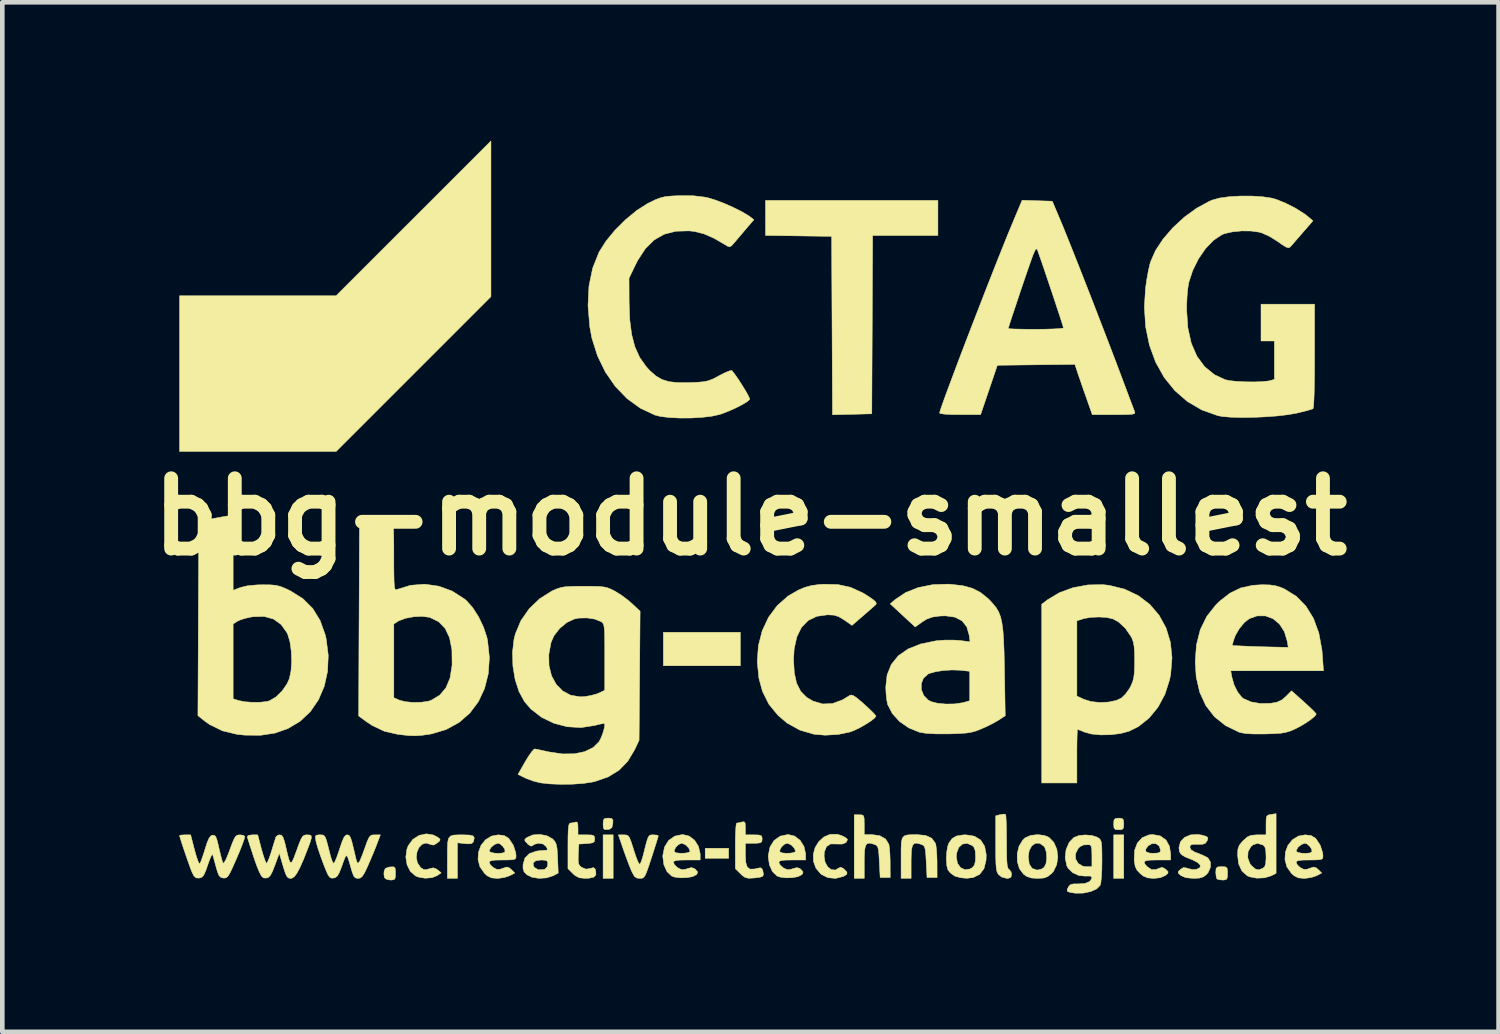
<source format=kicad_pcb>
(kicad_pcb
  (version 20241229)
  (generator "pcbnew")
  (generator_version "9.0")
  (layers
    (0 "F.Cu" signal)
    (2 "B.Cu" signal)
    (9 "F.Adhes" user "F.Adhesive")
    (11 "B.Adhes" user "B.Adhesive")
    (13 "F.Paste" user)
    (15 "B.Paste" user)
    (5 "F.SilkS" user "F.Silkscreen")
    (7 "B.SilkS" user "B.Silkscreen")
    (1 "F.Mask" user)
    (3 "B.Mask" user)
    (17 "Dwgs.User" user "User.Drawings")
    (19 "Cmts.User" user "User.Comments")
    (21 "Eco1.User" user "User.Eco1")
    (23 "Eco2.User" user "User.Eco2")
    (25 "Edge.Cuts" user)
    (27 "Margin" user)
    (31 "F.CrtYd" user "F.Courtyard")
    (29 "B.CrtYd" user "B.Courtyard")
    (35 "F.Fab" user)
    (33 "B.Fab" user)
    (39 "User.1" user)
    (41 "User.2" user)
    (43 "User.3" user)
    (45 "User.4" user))
  (footprint "bbg-module-smallest"
    (layer "F.Cu")
    (at 13.215 8.151)
    (property "Reference" "bbg-module-smallest" (at 0 0 0) (layer "F.SilkS") (effects (font (size 1.524 1.524) (thickness 0.3))))
    (attr through_hole)
    (fp_poly (pts (xy -2.975 7.838) (xy -3.193 7.838) (xy -3.193 6.894) (xy -2.975 6.894) (xy -2.975 7.838)) (stroke (width 0.01) (type solid)) (fill yes) (layer "F.SilkS"))
    (fp_poly (pts (xy -0.472 7.402) (xy -0.98 7.402) (xy -0.98 7.185) (xy -0.472 7.185) (xy -0.472 7.402)) (stroke (width 0.01) (type solid)) (fill yes) (layer "F.SilkS"))
    (fp_poly (pts (xy -0.218 3.229) (xy -1.887 3.229) (xy -1.887 2.504) (xy -0.218 2.504) (xy -0.218 3.229)) (stroke (width 0.01) (type solid)) (fill yes) (layer "F.SilkS"))
    (fp_poly (pts (xy 8.092 7.838) (xy 7.874 7.838) (xy 7.874 6.894) (xy 8.092 6.894) (xy 8.092 7.838)) (stroke (width 0.01) (type solid)) (fill yes) (layer "F.SilkS"))
    (fp_poly (pts (xy -5.624 -4.772) (xy -8.98 -1.415) (xy -12.373 -1.415) (xy -12.373 -4.79) (xy -8.981 -4.79) (xy -5.624 -8.146) (xy -5.624 -4.772)) (stroke (width 0.01) (type solid)) (fill yes) (layer "F.SilkS"))
    (fp_poly (pts (xy 4.064 -6.096) (xy 2.649 -6.096) (xy 2.64 -4.164) (xy 2.631 -2.232) (xy 2.205 -2.221) (xy 1.779 -2.211) (xy 1.76 -6.078) (xy 1.043 -6.088) (xy 0.327 -6.098) (xy 0.327 -6.858) (xy 4.064 -6.858) (xy 4.064 -6.096)) (stroke (width 0.01) (type solid)) (fill yes) (layer "F.SilkS"))
    (fp_poly (pts (xy 8.056 6.539) (xy 8.086 6.574) (xy 8.092 6.658) (xy 8.086 6.744) (xy 8.055 6.779) (xy 7.983 6.785) (xy 7.91 6.778) (xy 7.88 6.742) (xy 7.874 6.658) (xy 7.88 6.573) (xy 7.911 6.538) (xy 7.983 6.531) (xy 8.056 6.539)) (stroke (width 0.01) (type solid)) (fill yes) (layer "F.SilkS"))
    (fp_poly (pts (xy -3.006 6.538) (xy -2.98 6.573) (xy -2.982 6.649) (xy -3.001 6.734) (xy -3.049 6.771) (xy -3.093 6.779) (xy -3.16 6.78) (xy -3.187 6.748) (xy -3.193 6.665) (xy -3.193 6.661) (xy -3.187 6.574) (xy -3.158 6.539) (xy -3.085 6.531) (xy -3.082 6.531) (xy -3.006 6.538)) (stroke (width 0.01) (type solid)) (fill yes) (layer "F.SilkS"))
    (fp_poly (pts (xy -7.702 7.611) (xy -7.693 7.679) (xy -7.693 7.727) (xy -7.697 7.821) (xy -7.719 7.863) (xy -7.776 7.874) (xy -7.803 7.874) (xy -7.888 7.858) (xy -7.932 7.822) (xy -7.944 7.746) (xy -7.94 7.686) (xy -7.914 7.623) (xy -7.843 7.595) (xy -7.811 7.59) (xy -7.735 7.587) (xy -7.702 7.611)) (stroke (width 0.01) (type solid)) (fill yes) (layer "F.SilkS"))
    (fp_poly (pts (xy 10.296 7.588) (xy 10.332 7.615) (xy 10.341 7.686) (xy 10.341 7.729) (xy 10.337 7.822) (xy 10.314 7.863) (xy 10.257 7.874) (xy 10.239 7.874) (xy 10.156 7.866) (xy 10.112 7.85) (xy 10.095 7.8) (xy 10.087 7.712) (xy 10.087 7.705) (xy 10.093 7.624) (xy 10.126 7.59) (xy 10.208 7.584) (xy 10.214 7.584) (xy 10.296 7.588)) (stroke (width 0.01) (type solid)) (fill yes) (layer "F.SilkS"))
    (fp_poly (pts (xy -6.22 6.894) (xy -6.084 6.899) (xy -6.009 6.918) (xy -5.985 6.96) (xy -6.001 7.032) (xy -6.007 7.05) (xy -6.043 7.083) (xy -6.124 7.09) (xy -6.189 7.084) (xy -6.35 7.066) (xy -6.35 7.838) (xy -6.568 7.838) (xy -6.568 7.388) (xy -6.567 7.19) (xy -6.561 7.054) (xy -6.541 6.967) (xy -6.5 6.92) (xy -6.428 6.899) (xy -6.319 6.894) (xy -6.22 6.894)) (stroke (width 0.01) (type solid)) (fill yes) (layer "F.SilkS"))
    (fp_poly (pts (xy 5.531 6.451) (xy 5.538 6.492) (xy 5.544 6.593) (xy 5.549 6.742) (xy 5.551 6.924) (xy 5.552 7.047) (xy 5.553 7.269) (xy 5.556 7.429) (xy 5.564 7.536) (xy 5.576 7.601) (xy 5.593 7.635) (xy 5.606 7.643) (xy 5.648 7.692) (xy 5.661 7.751) (xy 5.647 7.814) (xy 5.592 7.836) (xy 5.557 7.838) (xy 5.45 7.809) (xy 5.385 7.761) (xy 5.359 7.727) (xy 5.341 7.68) (xy 5.328 7.61) (xy 5.321 7.506) (xy 5.317 7.355) (xy 5.316 7.146) (xy 5.316 7.084) (xy 5.316 6.482) (xy 5.413 6.456) (xy 5.491 6.444) (xy 5.531 6.451)) (stroke (width 0.01) (type solid)) (fill yes) (layer "F.SilkS"))
    (fp_poly (pts (xy 3.798 6.907) (xy 3.93 6.968) (xy 4.007 7.072) (xy 4.018 7.103) (xy 4.03 7.186) (xy 4.04 7.316) (xy 4.045 7.47) (xy 4.045 7.511) (xy 4.046 7.82) (xy 3.828 7.82) (xy 3.81 7.476) (xy 3.801 7.315) (xy 3.79 7.213) (xy 3.773 7.153) (xy 3.746 7.12) (xy 3.703 7.101) (xy 3.696 7.098) (xy 3.608 7.074) (xy 3.548 7.081) (xy 3.511 7.129) (xy 3.491 7.227) (xy 3.484 7.383) (xy 3.483 7.474) (xy 3.483 7.838) (xy 3.266 7.838) (xy 3.266 7.387) (xy 3.266 7.189) (xy 3.272 7.053) (xy 3.292 6.966) (xy 3.333 6.918) (xy 3.404 6.896) (xy 3.512 6.89) (xy 3.608 6.889) (xy 3.798 6.907)) (stroke (width 0.01) (type solid)) (fill yes) (layer "F.SilkS"))
    (fp_poly (pts (xy 2.419 6.462) (xy 2.452 6.482) (xy 2.465 6.537) (xy 2.467 6.644) (xy 2.467 6.674) (xy 2.467 6.888) (xy 2.632 6.888) (xy 2.804 6.913) (xy 2.929 6.983) (xy 2.999 7.095) (xy 3.002 7.103) (xy 3.014 7.186) (xy 3.024 7.316) (xy 3.029 7.47) (xy 3.029 7.511) (xy 3.03 7.82) (xy 2.812 7.82) (xy 2.794 7.476) (xy 2.785 7.315) (xy 2.774 7.213) (xy 2.757 7.153) (xy 2.73 7.12) (xy 2.687 7.101) (xy 2.68 7.098) (xy 2.592 7.074) (xy 2.532 7.081) (xy 2.495 7.129) (xy 2.475 7.227) (xy 2.468 7.383) (xy 2.467 7.474) (xy 2.467 7.838) (xy 2.25 7.838) (xy 2.25 6.459) (xy 2.359 6.459) (xy 2.419 6.462)) (stroke (width 0.01) (type solid)) (fill yes) (layer "F.SilkS"))
    (fp_poly (pts (xy -6.869 6.898) (xy -6.771 6.95) (xy -6.727 6.989) (xy -6.733 7.022) (xy -6.788 7.07) (xy -6.865 7.116) (xy -6.929 7.105) (xy -6.933 7.102) (xy -7.031 7.072) (xy -7.117 7.099) (xy -7.185 7.17) (xy -7.228 7.27) (xy -7.241 7.384) (xy -7.218 7.499) (xy -7.152 7.598) (xy -7.143 7.606) (xy -7.078 7.648) (xy -7.006 7.644) (xy -6.965 7.63) (xy -6.876 7.609) (xy -6.808 7.633) (xy -6.78 7.653) (xy -6.702 7.717) (xy -6.788 7.777) (xy -6.903 7.823) (xy -7.05 7.834) (xy -7.195 7.81) (xy -7.261 7.783) (xy -7.372 7.685) (xy -7.442 7.543) (xy -7.469 7.376) (xy -7.446 7.205) (xy -7.417 7.129) (xy -7.318 6.993) (xy -7.181 6.906) (xy -7.026 6.872) (xy -6.869 6.898)) (stroke (width 0.01) (type solid)) (fill yes) (layer "F.SilkS"))
    (fp_poly (pts (xy 1.976 6.91) (xy 2.059 6.952) (xy 2.102 6.99) (xy 2.105 6.997) (xy 2.073 7.06) (xy 1.99 7.094) (xy 1.874 7.093) (xy 1.87 7.092) (xy 1.737 7.091) (xy 1.649 7.148) (xy 1.603 7.264) (xy 1.597 7.353) (xy 1.618 7.485) (xy 1.674 7.587) (xy 1.752 7.647) (xy 1.84 7.657) (xy 1.915 7.614) (xy 1.961 7.594) (xy 2.022 7.63) (xy 2.031 7.637) (xy 2.092 7.703) (xy 2.091 7.748) (xy 2.024 7.79) (xy 2.012 7.796) (xy 1.846 7.838) (xy 1.679 7.822) (xy 1.535 7.751) (xy 1.527 7.744) (xy 1.419 7.615) (xy 1.366 7.468) (xy 1.363 7.315) (xy 1.403 7.169) (xy 1.481 7.041) (xy 1.59 6.942) (xy 1.723 6.884) (xy 1.875 6.88) (xy 1.976 6.91)) (stroke (width 0.01) (type solid)) (fill yes) (layer "F.SilkS"))
    (fp_poly (pts (xy -3.741 6.662) (xy -3.737 6.745) (xy -3.737 6.894) (xy -3.556 6.894) (xy -3.448 6.897) (xy -3.395 6.912) (xy -3.376 6.949) (xy -3.375 6.983) (xy -3.382 7.037) (xy -3.417 7.066) (xy -3.499 7.079) (xy -3.547 7.083) (xy -3.719 7.094) (xy -3.73 7.319) (xy -3.733 7.446) (xy -3.724 7.522) (xy -3.695 7.569) (xy -3.653 7.601) (xy -3.561 7.638) (xy -3.471 7.622) (xy -3.4 7.604) (xy -3.366 7.633) (xy -3.352 7.679) (xy -3.349 7.761) (xy -3.395 7.811) (xy -3.499 7.834) (xy -3.586 7.837) (xy -3.708 7.825) (xy -3.801 7.776) (xy -3.849 7.732) (xy -3.955 7.626) (xy -3.955 7.133) (xy -3.954 6.93) (xy -3.949 6.789) (xy -3.94 6.701) (xy -3.926 6.654) (xy -3.905 6.64) (xy -3.904 6.64) (xy -3.824 6.628) (xy -3.795 6.618) (xy -3.758 6.617) (xy -3.741 6.662)) (stroke (width 0.01) (type solid)) (fill yes) (layer "F.SilkS"))
    (fp_poly (pts (xy -0.115 6.638) (xy -0.109 6.716) (xy -0.109 6.745) (xy -0.109 6.894) (xy 0.073 6.894) (xy 0.18 6.897) (xy 0.234 6.912) (xy 0.252 6.949) (xy 0.254 6.985) (xy 0.248 7.039) (xy 0.218 7.066) (xy 0.145 7.075) (xy 0.073 7.076) (xy -0.109 7.076) (xy -0.109 7.328) (xy -0.1 7.492) (xy -0.069 7.592) (xy -0.009 7.637) (xy 0.086 7.635) (xy 0.137 7.622) (xy 0.216 7.607) (xy 0.253 7.63) (xy 0.271 7.682) (xy 0.283 7.751) (xy 0.267 7.791) (xy 0.208 7.813) (xy 0.092 7.828) (xy 0.075 7.829) (xy -0.04 7.835) (xy -0.115 7.818) (xy -0.184 7.768) (xy -0.216 7.736) (xy -0.327 7.626) (xy -0.327 7.133) (xy -0.325 6.953) (xy -0.32 6.803) (xy -0.312 6.695) (xy -0.302 6.643) (xy -0.299 6.64) (xy -0.246 6.631) (xy -0.191 6.617) (xy -0.139 6.61) (xy -0.115 6.638)) (stroke (width 0.01) (type solid)) (fill yes) (layer "F.SilkS"))
    (fp_poly (pts (xy 4.855 6.923) (xy 4.99 7.006) (xy 5.076 7.14) (xy 5.111 7.323) (xy 5.107 7.446) (xy 5.063 7.625) (xy 4.97 7.75) (xy 4.829 7.82) (xy 4.689 7.836) (xy 4.562 7.824) (xy 4.448 7.794) (xy 4.419 7.781) (xy 4.335 7.72) (xy 4.283 7.658) (xy 4.256 7.561) (xy 4.247 7.423) (xy 4.249 7.374) (xy 4.463 7.374) (xy 4.488 7.51) (xy 4.555 7.605) (xy 4.649 7.649) (xy 4.757 7.635) (xy 4.81 7.605) (xy 4.855 7.551) (xy 4.877 7.463) (xy 4.88 7.366) (xy 4.873 7.24) (xy 4.845 7.163) (xy 4.81 7.127) (xy 4.697 7.078) (xy 4.596 7.094) (xy 4.516 7.167) (xy 4.47 7.289) (xy 4.463 7.374) (xy 4.249 7.374) (xy 4.254 7.272) (xy 4.277 7.139) (xy 4.3 7.075) (xy 4.371 6.975) (xy 4.467 6.919) (xy 4.606 6.896) (xy 4.674 6.894) (xy 4.855 6.923)) (stroke (width 0.01) (type solid)) (fill yes) (layer "F.SilkS"))
    (fp_poly (pts (xy 6.375 6.908) (xy 6.471 6.948) (xy 6.577 7.058) (xy 6.642 7.207) (xy 6.663 7.376) (xy 6.638 7.542) (xy 6.568 7.687) (xy 6.524 7.735) (xy 6.443 7.799) (xy 6.356 7.83) (xy 6.232 7.838) (xy 6.222 7.838) (xy 6.087 7.829) (xy 5.99 7.796) (xy 5.919 7.745) (xy 5.83 7.627) (xy 5.785 7.472) (xy 5.784 7.369) (xy 6.023 7.369) (xy 6.043 7.524) (xy 6.103 7.619) (xy 6.204 7.656) (xy 6.223 7.656) (xy 6.316 7.633) (xy 6.366 7.599) (xy 6.407 7.517) (xy 6.423 7.397) (xy 6.414 7.27) (xy 6.38 7.167) (xy 6.363 7.142) (xy 6.27 7.078) (xy 6.177 7.078) (xy 6.098 7.133) (xy 6.042 7.236) (xy 6.023 7.369) (xy 5.784 7.369) (xy 5.783 7.303) (xy 5.822 7.141) (xy 5.903 7.006) (xy 5.954 6.958) (xy 6.075 6.906) (xy 6.226 6.889) (xy 6.375 6.908)) (stroke (width 0.01) (type solid)) (fill yes) (layer "F.SilkS"))
    (fp_poly (pts (xy -2.103 6.894) (xy -2.027 6.9) (xy -1.996 6.914) (xy -1.996 6.914) (xy -2.006 6.954) (xy -2.035 7.049) (xy -2.079 7.187) (xy -2.132 7.353) (xy -2.143 7.386) (xy -2.203 7.569) (xy -2.248 7.695) (xy -2.282 7.774) (xy -2.313 7.816) (xy -2.347 7.834) (xy -2.39 7.838) (xy -2.398 7.838) (xy -2.467 7.829) (xy -2.516 7.791) (xy -2.563 7.707) (xy -2.582 7.665) (xy -2.63 7.547) (xy -2.689 7.39) (xy -2.749 7.225) (xy -2.759 7.194) (xy -2.862 6.894) (xy -2.746 6.894) (xy -2.691 6.897) (xy -2.652 6.913) (xy -2.62 6.957) (xy -2.587 7.04) (xy -2.543 7.176) (xy -2.529 7.222) (xy -2.483 7.362) (xy -2.442 7.467) (xy -2.41 7.525) (xy -2.398 7.531) (xy -2.372 7.488) (xy -2.341 7.398) (xy -2.325 7.339) (xy -2.279 7.156) (xy -2.246 7.031) (xy -2.219 6.954) (xy -2.193 6.913) (xy -2.163 6.897) (xy -2.122 6.894) (xy -2.103 6.894)) (stroke (width 0.01) (type solid)) (fill yes) (layer "F.SilkS"))
    (fp_poly (pts (xy 11.394 7.727) (xy 11.287 7.782) (xy 11.144 7.825) (xy 10.978 7.833) (xy 10.822 7.804) (xy 10.768 7.781) (xy 10.652 7.677) (xy 10.581 7.521) (xy 10.566 7.387) (xy 10.779 7.387) (xy 10.824 7.513) (xy 10.866 7.567) (xy 10.949 7.637) (xy 11.02 7.652) (xy 11.106 7.619) (xy 11.106 7.619) (xy 11.147 7.583) (xy 11.168 7.519) (xy 11.176 7.408) (xy 11.176 7.366) (xy 11.171 7.238) (xy 11.154 7.163) (xy 11.119 7.121) (xy 11.106 7.113) (xy 10.992 7.078) (xy 10.894 7.11) (xy 10.849 7.148) (xy 10.787 7.257) (xy 10.779 7.387) (xy 10.566 7.387) (xy 10.559 7.328) (xy 10.566 7.206) (xy 10.595 7.122) (xy 10.66 7.041) (xy 10.683 7.018) (xy 10.769 6.941) (xy 10.85 6.905) (xy 10.961 6.895) (xy 10.991 6.894) (xy 11.176 6.894) (xy 11.176 6.681) (xy 11.178 6.561) (xy 11.189 6.496) (xy 11.219 6.466) (xy 11.276 6.452) (xy 11.285 6.451) (xy 11.394 6.435) (xy 11.394 7.727)) (stroke (width 0.01) (type solid)) (fill yes) (layer "F.SilkS"))
    (fp_poly (pts (xy 8.885 6.918) (xy 9.008 7.006) (xy 9.084 7.144) (xy 9.108 7.31) (xy 9.108 7.439) (xy 8.817 7.439) (xy 8.659 7.442) (xy 8.567 7.456) (xy 8.534 7.485) (xy 8.554 7.533) (xy 8.6 7.584) (xy 8.695 7.647) (xy 8.798 7.644) (xy 8.859 7.617) (xy 8.929 7.599) (xy 8.997 7.637) (xy 9.005 7.643) (xy 9.053 7.693) (xy 9.049 7.728) (xy 8.998 7.773) (xy 8.884 7.823) (xy 8.741 7.838) (xy 8.613 7.827) (xy 8.517 7.788) (xy 8.45 7.735) (xy 8.378 7.659) (xy 8.339 7.576) (xy 8.32 7.454) (xy 8.318 7.432) (xy 8.327 7.232) (xy 8.335 7.21) (xy 8.564 7.21) (xy 8.576 7.263) (xy 8.656 7.29) (xy 8.727 7.293) (xy 8.83 7.288) (xy 8.879 7.267) (xy 8.89 7.228) (xy 8.861 7.136) (xy 8.791 7.086) (xy 8.701 7.085) (xy 8.62 7.133) (xy 8.564 7.21) (xy 8.335 7.21) (xy 8.387 7.07) (xy 8.493 6.955) (xy 8.638 6.895) (xy 8.721 6.887) (xy 8.885 6.918)) (stroke (width 0.01) (type solid)) (fill yes) (layer "F.SilkS"))
    (fp_poly (pts (xy 9.792 6.901) (xy 9.882 6.928) (xy 9.916 6.957) (xy 9.907 7.004) (xy 9.899 7.022) (xy 9.864 7.074) (xy 9.806 7.097) (xy 9.702 7.1) (xy 9.693 7.099) (xy 9.589 7.1) (xy 9.539 7.117) (xy 9.525 7.156) (xy 9.525 7.163) (xy 9.55 7.218) (xy 9.63 7.267) (xy 9.693 7.29) (xy 9.805 7.335) (xy 9.895 7.381) (xy 9.92 7.398) (xy 9.971 7.484) (xy 9.972 7.595) (xy 9.924 7.706) (xy 9.89 7.749) (xy 9.819 7.804) (xy 9.734 7.831) (xy 9.605 7.838) (xy 9.603 7.838) (xy 9.439 7.823) (xy 9.331 7.777) (xy 9.327 7.773) (xy 9.273 7.724) (xy 9.274 7.689) (xy 9.318 7.645) (xy 9.384 7.603) (xy 9.455 7.612) (xy 9.481 7.623) (xy 9.587 7.647) (xy 9.67 7.641) (xy 9.744 7.605) (xy 9.752 7.554) (xy 9.697 7.496) (xy 9.584 7.437) (xy 9.562 7.428) (xy 9.423 7.372) (xy 9.341 7.321) (xy 9.301 7.263) (xy 9.289 7.184) (xy 9.289 7.168) (xy 9.321 7.044) (xy 9.409 6.95) (xy 9.538 6.895) (xy 9.696 6.885) (xy 9.792 6.901)) (stroke (width 0.01) (type solid)) (fill yes) (layer "F.SilkS"))
    (fp_poly (pts (xy -1.328 6.921) (xy -1.21 7.011) (xy -1.126 7.144) (xy -1.089 7.304) (xy -1.089 7.328) (xy -1.089 7.439) (xy -1.379 7.439) (xy -1.528 7.441) (xy -1.618 7.451) (xy -1.66 7.469) (xy -1.669 7.492) (xy -1.641 7.548) (xy -1.575 7.608) (xy -1.492 7.647) (xy -1.411 7.642) (xy -1.368 7.627) (xy -1.281 7.604) (xy -1.22 7.621) (xy -1.189 7.645) (xy -1.145 7.697) (xy -1.156 7.738) (xy -1.176 7.76) (xy -1.255 7.8) (xy -1.378 7.822) (xy -1.516 7.826) (xy -1.642 7.81) (xy -1.709 7.785) (xy -1.809 7.69) (xy -1.875 7.545) (xy -1.899 7.366) (xy -1.898 7.337) (xy -1.875 7.224) (xy -1.649 7.224) (xy -1.647 7.263) (xy -1.602 7.285) (xy -1.518 7.293) (xy -1.423 7.291) (xy -1.343 7.277) (xy -1.307 7.254) (xy -1.306 7.251) (xy -1.336 7.18) (xy -1.403 7.112) (xy -1.48 7.077) (xy -1.491 7.076) (xy -1.554 7.101) (xy -1.614 7.159) (xy -1.649 7.224) (xy -1.875 7.224) (xy -1.861 7.156) (xy -1.772 7.014) (xy -1.64 6.922) (xy -1.474 6.887) (xy -1.468 6.887) (xy -1.328 6.921)) (stroke (width 0.01) (type solid)) (fill yes) (layer "F.SilkS"))
    (fp_poly (pts (xy 0.958 6.921) (xy 1.076 7.011) (xy 1.16 7.144) (xy 1.197 7.304) (xy 1.197 7.328) (xy 1.197 7.439) (xy 0.907 7.439) (xy 0.758 7.441) (xy 0.668 7.451) (xy 0.626 7.469) (xy 0.617 7.492) (xy 0.645 7.548) (xy 0.711 7.608) (xy 0.794 7.647) (xy 0.875 7.642) (xy 0.918 7.627) (xy 1.005 7.604) (xy 1.066 7.621) (xy 1.097 7.645) (xy 1.141 7.697) (xy 1.13 7.738) (xy 1.11 7.76) (xy 1.031 7.8) (xy 0.908 7.822) (xy 0.77 7.826) (xy 0.644 7.81) (xy 0.577 7.785) (xy 0.477 7.69) (xy 0.411 7.545) (xy 0.387 7.366) (xy 0.388 7.337) (xy 0.411 7.224) (xy 0.637 7.224) (xy 0.639 7.263) (xy 0.684 7.285) (xy 0.768 7.293) (xy 0.863 7.291) (xy 0.943 7.277) (xy 0.979 7.254) (xy 0.98 7.251) (xy 0.95 7.18) (xy 0.883 7.112) (xy 0.806 7.077) (xy 0.795 7.076) (xy 0.732 7.101) (xy 0.672 7.159) (xy 0.637 7.224) (xy 0.411 7.224) (xy 0.425 7.156) (xy 0.514 7.014) (xy 0.646 6.922) (xy 0.812 6.887) (xy 0.818 6.887) (xy 0.958 6.921)) (stroke (width 0.01) (type solid)) (fill yes) (layer "F.SilkS"))
    (fp_poly (pts (xy -5.336 6.91) (xy -5.246 6.964) (xy -5.234 6.976) (xy -5.138 7.119) (xy -5.086 7.284) (xy -5.08 7.35) (xy -5.083 7.394) (xy -5.103 7.42) (xy -5.155 7.433) (xy -5.252 7.438) (xy -5.37 7.439) (xy -5.52 7.441) (xy -5.609 7.451) (xy -5.652 7.469) (xy -5.661 7.492) (xy -5.633 7.549) (xy -5.57 7.605) (xy -5.493 7.643) (xy -5.419 7.638) (xy -5.367 7.619) (xy -5.284 7.592) (xy -5.228 7.607) (xy -5.182 7.647) (xy -5.107 7.722) (xy -5.219 7.78) (xy -5.328 7.817) (xy -5.46 7.837) (xy -5.493 7.838) (xy -5.615 7.826) (xy -5.705 7.781) (xy -5.763 7.729) (xy -5.862 7.588) (xy -5.904 7.431) (xy -5.895 7.271) (xy -5.885 7.245) (xy -5.661 7.245) (xy -5.629 7.272) (xy -5.552 7.29) (xy -5.458 7.295) (xy -5.371 7.288) (xy -5.321 7.265) (xy -5.32 7.263) (xy -5.323 7.21) (xy -5.366 7.144) (xy -5.426 7.091) (xy -5.469 7.076) (xy -5.546 7.102) (xy -5.619 7.162) (xy -5.659 7.232) (xy -5.661 7.245) (xy -5.885 7.245) (xy -5.84 7.123) (xy -5.744 7.002) (xy -5.612 6.921) (xy -5.465 6.894) (xy -5.336 6.91)) (stroke (width 0.01) (type solid)) (fill yes) (layer "F.SilkS"))
    (fp_poly (pts (xy -4.413 6.913) (xy -4.291 6.98) (xy -4.282 6.988) (xy -4.237 7.039) (xy -4.209 7.099) (xy -4.192 7.184) (xy -4.182 7.315) (xy -4.178 7.4) (xy -4.166 7.723) (xy -4.276 7.781) (xy -4.421 7.827) (xy -4.584 7.837) (xy -4.737 7.812) (xy -4.841 7.761) (xy -4.906 7.696) (xy -4.929 7.619) (xy -4.928 7.538) (xy -4.917 7.501) (xy -4.708 7.501) (xy -4.703 7.569) (xy -4.68 7.602) (xy -4.596 7.651) (xy -4.48 7.645) (xy -4.448 7.634) (xy -4.403 7.585) (xy -4.391 7.525) (xy -4.399 7.47) (xy -4.438 7.445) (xy -4.528 7.439) (xy -4.537 7.439) (xy -4.651 7.455) (xy -4.708 7.501) (xy -4.917 7.501) (xy -4.888 7.397) (xy -4.791 7.3) (xy -4.637 7.247) (xy -4.569 7.238) (xy -4.47 7.23) (xy -4.408 7.224) (xy -4.398 7.223) (xy -4.405 7.194) (xy -4.427 7.148) (xy -4.492 7.093) (xy -4.588 7.076) (xy -4.681 7.098) (xy -4.71 7.12) (xy -4.754 7.14) (xy -4.81 7.107) (xy -4.834 7.084) (xy -4.887 7.026) (xy -4.889 6.991) (xy -4.844 6.951) (xy -4.843 6.95) (xy -4.718 6.896) (xy -4.565 6.884) (xy -4.413 6.913)) (stroke (width 0.01) (type solid)) (fill yes) (layer "F.SilkS"))
    (fp_poly (pts (xy 12.154 6.91) (xy 12.244 6.964) (xy 12.256 6.976) (xy 12.351 7.119) (xy 12.404 7.284) (xy 12.41 7.35) (xy 12.406 7.394) (xy 12.386 7.42) (xy 12.335 7.433) (xy 12.237 7.438) (xy 12.119 7.439) (xy 11.97 7.441) (xy 11.88 7.451) (xy 11.838 7.469) (xy 11.829 7.492) (xy 11.857 7.549) (xy 11.92 7.605) (xy 11.997 7.643) (xy 12.071 7.638) (xy 12.122 7.619) (xy 12.205 7.592) (xy 12.262 7.607) (xy 12.308 7.647) (xy 12.383 7.722) (xy 12.271 7.78) (xy 12.162 7.817) (xy 12.03 7.837) (xy 11.997 7.838) (xy 11.875 7.826) (xy 11.785 7.781) (xy 11.726 7.729) (xy 11.628 7.588) (xy 11.586 7.431) (xy 11.595 7.271) (xy 11.604 7.245) (xy 11.829 7.245) (xy 11.861 7.272) (xy 11.937 7.29) (xy 12.032 7.295) (xy 12.118 7.288) (xy 12.169 7.265) (xy 12.17 7.263) (xy 12.167 7.21) (xy 12.124 7.144) (xy 12.064 7.091) (xy 12.02 7.076) (xy 11.944 7.102) (xy 11.87 7.162) (xy 11.831 7.232) (xy 11.829 7.245) (xy 11.604 7.245) (xy 11.65 7.123) (xy 11.746 7.002) (xy 11.877 6.921) (xy 12.025 6.894) (xy 12.154 6.91)) (stroke (width 0.01) (type solid)) (fill yes) (layer "F.SilkS"))
    (fp_poly (pts (xy 7.403 6.908) (xy 7.519 6.946) (xy 7.531 6.953) (xy 7.568 6.98) (xy 7.593 7.014) (xy 7.608 7.066) (xy 7.616 7.152) (xy 7.619 7.284) (xy 7.62 7.463) (xy 7.617 7.649) (xy 7.608 7.809) (xy 7.596 7.928) (xy 7.581 7.988) (xy 7.502 8.067) (xy 7.373 8.124) (xy 7.213 8.157) (xy 7.043 8.159) (xy 6.921 8.139) (xy 6.869 8.118) (xy 6.865 8.08) (xy 6.895 8.018) (xy 6.934 7.975) (xy 7.005 7.957) (xy 7.107 7.957) (xy 7.254 7.947) (xy 7.356 7.904) (xy 7.401 7.835) (xy 7.402 7.819) (xy 7.375 7.788) (xy 7.29 7.786) (xy 7.266 7.789) (xy 7.12 7.776) (xy 6.984 7.714) (xy 6.884 7.615) (xy 6.857 7.563) (xy 6.822 7.389) (xy 6.832 7.303) (xy 7.046 7.303) (xy 7.049 7.417) (xy 7.104 7.513) (xy 7.202 7.573) (xy 7.277 7.584) (xy 7.402 7.584) (xy 7.402 7.348) (xy 7.399 7.218) (xy 7.388 7.145) (xy 7.363 7.114) (xy 7.339 7.108) (xy 7.222 7.112) (xy 7.142 7.151) (xy 7.103 7.191) (xy 7.046 7.303) (xy 6.832 7.303) (xy 6.842 7.213) (xy 6.909 7.058) (xy 7.011 6.951) (xy 7.117 6.91) (xy 7.258 6.896) (xy 7.403 6.908)) (stroke (width 0.01) (type solid)) (fill yes) (layer "F.SilkS"))
    (fp_poly (pts (xy -10.598 7.203) (xy -10.558 7.34) (xy -10.522 7.446) (xy -10.496 7.505) (xy -10.488 7.511) (xy -10.465 7.479) (xy -10.429 7.394) (xy -10.388 7.273) (xy -10.38 7.248) (xy -10.34 7.115) (xy -10.306 7.006) (xy -10.287 6.944) (xy -10.286 6.94) (xy -10.242 6.902) (xy -10.2 6.894) (xy -10.159 6.907) (xy -10.127 6.955) (xy -10.095 7.051) (xy -10.073 7.143) (xy -10.03 7.329) (xy -9.997 7.446) (xy -9.968 7.496) (xy -9.938 7.482) (xy -9.9 7.406) (xy -9.849 7.269) (xy -9.834 7.228) (xy -9.778 7.075) (xy -9.736 6.977) (xy -9.701 6.923) (xy -9.664 6.9) (xy -9.616 6.894) (xy -9.611 6.894) (xy -9.55 6.898) (xy -9.518 6.917) (xy -9.517 6.966) (xy -9.543 7.056) (xy -9.594 7.193) (xy -9.688 7.431) (xy -9.766 7.607) (xy -9.831 7.728) (xy -9.887 7.802) (xy -9.939 7.834) (xy -9.963 7.838) (xy -10.01 7.83) (xy -10.045 7.799) (xy -10.079 7.728) (xy -10.119 7.605) (xy -10.131 7.565) (xy -10.211 7.292) (xy -10.308 7.556) (xy -10.362 7.693) (xy -10.405 7.775) (xy -10.447 7.816) (xy -10.495 7.831) (xy -10.553 7.827) (xy -10.597 7.79) (xy -10.642 7.704) (xy -10.658 7.667) (xy -10.696 7.574) (xy -10.735 7.465) (xy -10.782 7.327) (xy -10.841 7.145) (xy -10.906 6.94) (xy -10.885 6.906) (xy -10.799 6.894) (xy -10.679 6.894) (xy -10.598 7.203)) (stroke (width 0.01) (type solid)) (fill yes) (layer "F.SilkS"))
    (fp_poly (pts (xy 1.897 1.469) (xy 2.171 1.529) (xy 2.435 1.649) (xy 2.555 1.723) (xy 2.665 1.8) (xy 2.719 1.851) (xy 2.729 1.887) (xy 2.715 1.906) (xy 2.666 1.95) (xy 2.579 2.027) (xy 2.469 2.123) (xy 2.434 2.153) (xy 2.201 2.354) (xy 2.035 2.238) (xy 1.917 2.166) (xy 1.811 2.132) (xy 1.677 2.125) (xy 1.669 2.125) (xy 1.44 2.157) (xy 1.252 2.248) (xy 1.107 2.397) (xy 1.006 2.603) (xy 0.948 2.864) (xy 0.935 3.096) (xy 0.951 3.381) (xy 1.001 3.608) (xy 1.091 3.784) (xy 1.222 3.916) (xy 1.359 3.996) (xy 1.568 4.057) (xy 1.778 4.048) (xy 1.995 3.969) (xy 2.147 3.875) (xy 2.183 3.862) (xy 2.232 3.876) (xy 2.304 3.925) (xy 2.412 4.015) (xy 2.464 4.061) (xy 2.575 4.163) (xy 2.663 4.249) (xy 2.713 4.306) (xy 2.721 4.321) (xy 2.691 4.363) (xy 2.613 4.425) (xy 2.503 4.496) (xy 2.378 4.568) (xy 2.257 4.627) (xy 2.164 4.663) (xy 1.901 4.718) (xy 1.621 4.734) (xy 1.38 4.714) (xy 1.071 4.624) (xy 0.792 4.469) (xy 0.596 4.302) (xy 0.399 4.061) (xy 0.262 3.786) (xy 0.184 3.5) (xy 0.148 3.139) (xy 0.173 2.793) (xy 0.256 2.47) (xy 0.393 2.178) (xy 0.581 1.925) (xy 0.816 1.718) (xy 1.036 1.59) (xy 1.187 1.527) (xy 1.329 1.489) (xy 1.494 1.468) (xy 1.59 1.462) (xy 1.897 1.469)) (stroke (width 0.01) (type solid)) (fill yes) (layer "F.SilkS"))
    (fp_poly (pts (xy 7.775 1.486) (xy 8.112 1.569) (xy 8.407 1.709) (xy 8.658 1.9) (xy 8.859 2.136) (xy 9.009 2.41) (xy 9.103 2.719) (xy 9.138 3.055) (xy 9.109 3.413) (xy 9.086 3.531) (xy 8.985 3.847) (xy 8.834 4.128) (xy 8.641 4.363) (xy 8.411 4.546) (xy 8.21 4.647) (xy 8.025 4.697) (xy 7.81 4.724) (xy 7.59 4.728) (xy 7.39 4.708) (xy 7.244 4.668) (xy 7.154 4.631) (xy 7.097 4.61) (xy 7.089 4.608) (xy 7.085 4.643) (xy 7.081 4.737) (xy 7.078 4.88) (xy 7.076 5.059) (xy 7.076 5.189) (xy 7.076 5.769) (xy 6.314 5.769) (xy 6.314 2.255) (xy 7.076 2.255) (xy 7.076 3.886) (xy 7.23 3.958) (xy 7.388 4.006) (xy 7.574 4.025) (xy 7.764 4.016) (xy 7.933 3.98) (xy 8.043 3.928) (xy 8.128 3.845) (xy 8.212 3.73) (xy 8.243 3.674) (xy 8.283 3.582) (xy 8.308 3.49) (xy 8.322 3.377) (xy 8.327 3.223) (xy 8.328 3.121) (xy 8.325 2.937) (xy 8.316 2.807) (xy 8.298 2.711) (xy 8.268 2.63) (xy 8.249 2.594) (xy 8.126 2.416) (xy 7.978 2.279) (xy 7.856 2.213) (xy 7.724 2.183) (xy 7.554 2.172) (xy 7.377 2.18) (xy 7.226 2.206) (xy 7.205 2.213) (xy 7.076 2.255) (xy 6.314 2.255) (xy 6.314 1.895) (xy 6.441 1.798) (xy 6.697 1.645) (xy 6.994 1.536) (xy 7.315 1.477) (xy 7.641 1.471) (xy 7.775 1.486)) (stroke (width 0.01) (type solid)) (fill yes) (layer "F.SilkS"))
    (fp_poly (pts (xy -11.232 0.00015) (xy -11.225 0.096) (xy -11.219 0.245) (xy -11.215 0.435) (xy -11.213 0.657) (xy -11.212 0.779) (xy -11.212 1.593) (xy -11.058 1.534) (xy -10.903 1.496) (xy -10.688 1.476) (xy -10.573 1.474) (xy -10.409 1.475) (xy -10.29 1.485) (xy -10.188 1.51) (xy -10.076 1.555) (xy -9.967 1.608) (xy -9.7 1.775) (xy -9.487 1.987) (xy -9.327 2.247) (xy -9.216 2.558) (xy -9.196 2.644) (xy -9.15 3.004) (xy -9.165 3.349) (xy -9.236 3.672) (xy -9.361 3.965) (xy -9.537 4.222) (xy -9.761 4.433) (xy -10.024 4.59) (xy -10.307 4.689) (xy -10.615 4.736) (xy -10.959 4.733) (xy -11.129 4.715) (xy -11.443 4.64) (xy -11.724 4.502) (xy -11.832 4.424) (xy -11.975 4.311) (xy -11.966 2.324) (xy -11.212 2.324) (xy -11.212 3.945) (xy -11.094 3.982) (xy -10.966 4.009) (xy -10.804 4.021) (xy -10.637 4.021) (xy -10.493 4.006) (xy -10.425 3.989) (xy -10.285 3.906) (xy -10.15 3.775) (xy -10.042 3.618) (xy -9.993 3.509) (xy -9.957 3.338) (xy -9.944 3.132) (xy -9.952 2.915) (xy -9.98 2.712) (xy -10.028 2.549) (xy -10.043 2.516) (xy -10.172 2.335) (xy -10.336 2.217) (xy -10.538 2.161) (xy -10.778 2.166) (xy -10.824 2.173) (xy -10.957 2.203) (xy -11.072 2.241) (xy -11.126 2.268) (xy -11.212 2.324) (xy -11.966 2.324) (xy -11.966 2.203) (xy -11.956 0.094) (xy -11.611 0.032) (xy -11.461 0.004) (xy -11.337 -0.017) (xy -11.258 -0.031) (xy -11.239 -0.034) (xy -11.232 0.00015)) (stroke (width 0.01) (type solid)) (fill yes) (layer "F.SilkS"))
    (fp_poly (pts (xy -8.106 7.121) (xy -8.169 7.279) (xy -8.245 7.458) (xy -8.304 7.593) (xy -8.366 7.722) (xy -8.415 7.797) (xy -8.46 7.831) (xy -8.505 7.838) (xy -8.558 7.829) (xy -8.596 7.792) (xy -8.629 7.709) (xy -8.653 7.629) (xy -8.699 7.467) (xy -8.731 7.372) (xy -8.756 7.343) (xy -8.784 7.378) (xy -8.822 7.475) (xy -8.861 7.585) (xy -8.911 7.713) (xy -8.952 7.786) (xy -8.997 7.821) (xy -9.039 7.831) (xy -9.084 7.831) (xy -9.12 7.812) (xy -9.155 7.761) (xy -9.198 7.667) (xy -9.257 7.517) (xy -9.262 7.504) (xy -9.321 7.342) (xy -9.372 7.191) (xy -9.407 7.071) (xy -9.417 7.03) (xy -9.43 6.942) (xy -9.415 6.904) (xy -9.359 6.894) (xy -9.331 6.894) (xy -9.283 6.895) (xy -9.248 6.905) (xy -9.221 6.934) (xy -9.195 6.996) (xy -9.165 7.101) (xy -9.125 7.26) (xy -9.105 7.339) (xy -9.075 7.438) (xy -9.045 7.501) (xy -9.032 7.511) (xy -9.008 7.479) (xy -8.971 7.393) (xy -8.926 7.268) (xy -8.905 7.203) (xy -8.853 7.048) (xy -8.812 6.952) (xy -8.774 6.905) (xy -8.742 6.894) (xy -8.711 6.899) (xy -8.686 6.92) (xy -8.662 6.969) (xy -8.635 7.057) (xy -8.601 7.195) (xy -8.562 7.361) (xy -8.539 7.455) (xy -8.517 7.504) (xy -8.491 7.501) (xy -8.458 7.443) (xy -8.41 7.324) (xy -8.356 7.176) (xy -8.306 7.037) (xy -8.268 6.954) (xy -8.232 6.911) (xy -8.188 6.896) (xy -8.138 6.894) (xy -8.02 6.894) (xy -8.106 7.121)) (stroke (width 0.01) (type solid)) (fill yes) (layer "F.SilkS"))
    (fp_poly (pts (xy -12.048 7.223) (xy -12.009 7.361) (xy -11.973 7.464) (xy -11.946 7.519) (xy -11.936 7.522) (xy -11.913 7.476) (xy -11.877 7.378) (xy -11.834 7.248) (xy -11.821 7.203) (xy -11.772 7.053) (xy -11.731 6.961) (xy -11.692 6.914) (xy -11.658 6.901) (xy -11.619 6.904) (xy -11.589 6.933) (xy -11.562 7.004) (xy -11.531 7.128) (xy -11.521 7.174) (xy -11.488 7.313) (xy -11.458 7.429) (xy -11.435 7.498) (xy -11.432 7.506) (xy -11.408 7.498) (xy -11.367 7.426) (xy -11.312 7.295) (xy -11.286 7.224) (xy -11.23 7.072) (xy -11.188 6.975) (xy -11.153 6.922) (xy -11.115 6.899) (xy -11.066 6.894) (xy -11.063 6.894) (xy -10.988 6.905) (xy -10.958 6.929) (xy -10.973 6.989) (xy -11.012 7.099) (xy -11.07 7.248) (xy -11.143 7.419) (xy -11.221 7.595) (xy -11.282 7.722) (xy -11.327 7.795) (xy -11.368 7.827) (xy -11.417 7.831) (xy -11.427 7.83) (xy -11.48 7.816) (xy -11.518 7.776) (xy -11.552 7.694) (xy -11.582 7.59) (xy -11.616 7.465) (xy -11.643 7.366) (xy -11.658 7.318) (xy -11.675 7.329) (xy -11.707 7.396) (xy -11.748 7.506) (xy -11.762 7.547) (xy -11.811 7.686) (xy -11.85 7.769) (xy -11.889 7.812) (xy -11.937 7.829) (xy -11.948 7.831) (xy -12.015 7.827) (xy -12.062 7.785) (xy -12.103 7.704) (xy -12.134 7.625) (xy -12.177 7.505) (xy -12.227 7.363) (xy -12.277 7.216) (xy -12.322 7.081) (xy -12.356 6.974) (xy -12.373 6.915) (xy -12.373 6.909) (xy -12.342 6.899) (xy -12.264 6.894) (xy -12.253 6.894) (xy -12.133 6.894) (xy -12.048 7.223)) (stroke (width 0.01) (type solid)) (fill yes) (layer "F.SilkS"))
    (fp_poly (pts (xy -7.748 0.000158) (xy -7.741 0.096) (xy -7.736 0.245) (xy -7.731 0.435) (xy -7.729 0.658) (xy -7.729 0.784) (xy -7.729 1.048) (xy -7.727 1.248) (xy -7.724 1.393) (xy -7.718 1.49) (xy -7.71 1.548) (xy -7.697 1.576) (xy -7.68 1.581) (xy -7.665 1.577) (xy -7.366 1.485) (xy -7.059 1.461) (xy -6.755 1.504) (xy -6.465 1.61) (xy -6.201 1.779) (xy -6.154 1.818) (xy -6.02 1.968) (xy -5.893 2.166) (xy -5.786 2.389) (xy -5.712 2.612) (xy -5.697 2.681) (xy -5.658 3.052) (xy -5.681 3.4) (xy -5.762 3.721) (xy -5.896 4.008) (xy -6.082 4.255) (xy -6.315 4.458) (xy -6.592 4.61) (xy -6.908 4.705) (xy -6.967 4.715) (xy -7.123 4.737) (xy -7.255 4.746) (xy -7.389 4.743) (xy -7.555 4.726) (xy -7.646 4.715) (xy -7.934 4.649) (xy -8.199 4.523) (xy -8.337 4.431) (xy -8.491 4.317) (xy -8.483 2.324) (xy -7.729 2.324) (xy -7.729 3.922) (xy -7.611 3.974) (xy -7.481 4.008) (xy -7.312 4.024) (xy -7.135 4.02) (xy -6.981 3.998) (xy -6.92 3.978) (xy -6.735 3.867) (xy -6.6 3.708) (xy -6.511 3.497) (xy -6.468 3.232) (xy -6.466 3.198) (xy -6.47 2.883) (xy -6.52 2.624) (xy -6.616 2.421) (xy -6.758 2.274) (xy -6.945 2.183) (xy -6.963 2.178) (xy -7.118 2.158) (xy -7.298 2.167) (xy -7.475 2.2) (xy -7.618 2.253) (xy -7.643 2.268) (xy -7.729 2.324) (xy -8.483 2.324) (xy -8.482 2.206) (xy -8.473 0.094) (xy -8.128 0.032) (xy -7.977 0.004) (xy -7.854 -0.017) (xy -7.775 -0.031) (xy -7.756 -0.034) (xy -7.748 0.000158)) (stroke (width 0.01) (type solid)) (fill yes) (layer "F.SilkS"))
    (fp_poly (pts (xy 11.256 1.477) (xy 11.386 1.496) (xy 11.505 1.534) (xy 11.575 1.565) (xy 11.831 1.723) (xy 12.041 1.937) (xy 12.205 2.204) (xy 12.321 2.522) (xy 12.388 2.891) (xy 12.397 3.003) (xy 12.421 3.338) (xy 10.411 3.338) (xy 10.435 3.474) (xy 10.484 3.645) (xy 10.561 3.799) (xy 10.652 3.914) (xy 10.686 3.94) (xy 10.849 4.012) (xy 11.054 4.048) (xy 11.275 4.043) (xy 11.283 4.042) (xy 11.422 4.015) (xy 11.523 3.967) (xy 11.606 3.895) (xy 11.729 3.772) (xy 11.997 4.012) (xy 12.11 4.116) (xy 12.2 4.202) (xy 12.254 4.26) (xy 12.265 4.276) (xy 12.235 4.32) (xy 12.157 4.386) (xy 12.047 4.463) (xy 11.92 4.54) (xy 11.801 4.601) (xy 11.701 4.644) (xy 11.607 4.672) (xy 11.499 4.691) (xy 11.357 4.701) (xy 11.163 4.707) (xy 11.158 4.708) (xy 10.912 4.708) (xy 10.731 4.698) (xy 10.608 4.674) (xy 10.59 4.668) (xy 10.297 4.525) (xy 10.057 4.333) (xy 9.871 4.092) (xy 9.739 3.805) (xy 9.662 3.471) (xy 9.641 3.138) (xy 9.667 2.791) (xy 10.443 2.791) (xy 10.71 2.803) (xy 10.876 2.81) (xy 11.077 2.817) (xy 11.275 2.822) (xy 11.317 2.823) (xy 11.657 2.83) (xy 11.636 2.7) (xy 11.574 2.491) (xy 11.467 2.325) (xy 11.327 2.209) (xy 11.162 2.148) (xy 10.983 2.148) (xy 10.813 2.208) (xy 10.705 2.293) (xy 10.598 2.423) (xy 10.511 2.572) (xy 10.467 2.693) (xy 10.443 2.791) (xy 9.667 2.791) (xy 9.669 2.77) (xy 9.751 2.446) (xy 9.891 2.16) (xy 10.091 1.907) (xy 10.166 1.833) (xy 10.391 1.657) (xy 10.625 1.543) (xy 10.886 1.485) (xy 11.085 1.473) (xy 11.256 1.477)) (stroke (width 0.01) (type solid)) (fill yes) (layer "F.SilkS"))
    (fp_poly (pts (xy 4.336 1.463) (xy 4.6 1.493) (xy 4.811 1.55) (xy 4.988 1.641) (xy 5.15 1.772) (xy 5.172 1.793) (xy 5.257 1.884) (xy 5.326 1.97) (xy 5.38 2.061) (xy 5.421 2.167) (xy 5.451 2.297) (xy 5.473 2.46) (xy 5.488 2.665) (xy 5.498 2.922) (xy 5.505 3.239) (xy 5.507 3.344) (xy 5.523 4.312) (xy 5.383 4.405) (xy 5.274 4.468) (xy 5.131 4.541) (xy 5.007 4.596) (xy 4.9 4.639) (xy 4.801 4.667) (xy 4.692 4.686) (xy 4.553 4.697) (xy 4.367 4.704) (xy 4.3 4.706) (xy 4.025 4.706) (xy 3.811 4.694) (xy 3.663 4.67) (xy 3.658 4.668) (xy 3.431 4.575) (xy 3.232 4.437) (xy 3.077 4.267) (xy 2.978 4.076) (xy 2.972 4.059) (xy 2.953 3.958) (xy 2.939 3.817) (xy 2.934 3.69) (xy 2.942 3.616) (xy 3.704 3.616) (xy 3.706 3.747) (xy 3.756 3.872) (xy 3.852 3.971) (xy 3.915 4.006) (xy 4.056 4.042) (xy 4.236 4.059) (xy 4.426 4.056) (xy 4.595 4.031) (xy 4.617 4.026) (xy 4.753 3.988) (xy 4.753 3.349) (xy 4.541 3.326) (xy 4.368 3.32) (xy 4.183 3.332) (xy 4.011 3.358) (xy 3.877 3.396) (xy 3.849 3.41) (xy 3.751 3.498) (xy 3.704 3.616) (xy 2.942 3.616) (xy 2.963 3.426) (xy 3.054 3.2) (xy 3.205 3.013) (xy 3.417 2.865) (xy 3.689 2.757) (xy 4.02 2.689) (xy 4.041 2.686) (xy 4.215 2.673) (xy 4.402 2.673) (xy 4.531 2.681) (xy 4.761 2.709) (xy 4.742 2.569) (xy 4.69 2.386) (xy 4.587 2.256) (xy 4.434 2.176) (xy 4.229 2.147) (xy 4.106 2.151) (xy 3.946 2.173) (xy 3.823 2.217) (xy 3.724 2.279) (xy 3.571 2.388) (xy 3.301 2.138) (xy 3.03 1.887) (xy 3.139 1.793) (xy 3.366 1.641) (xy 3.641 1.533) (xy 3.951 1.471) (xy 4.285 1.46) (xy 4.336 1.463)) (stroke (width 0.01) (type solid)) (fill yes) (layer "F.SilkS"))
    (fp_poly (pts (xy -1.246 -6.959) (xy -0.993 -6.929) (xy -0.925 -6.915) (xy -0.765 -6.867) (xy -0.574 -6.795) (xy -0.377 -6.708) (xy -0.194 -6.617) (xy -0.049 -6.532) (xy -0.008 -6.503) (xy 0.075 -6.439) (xy -0.081 -6.257) (xy -0.181 -6.138) (xy -0.281 -6.021) (xy -0.339 -5.952) (xy -0.405 -5.877) (xy -0.449 -5.851) (xy -0.498 -5.866) (xy -0.538 -5.891) (xy -0.787 -6.036) (xy -1.006 -6.132) (xy -1.213 -6.184) (xy -1.327 -6.197) (xy -1.617 -6.189) (xy -1.869 -6.124) (xy -2.088 -5.999) (xy -2.278 -5.81) (xy -2.444 -5.555) (xy -2.496 -5.452) (xy -2.631 -5.171) (xy -2.629 -4.645) (xy -2.615 -4.268) (xy -2.574 -3.95) (xy -2.503 -3.681) (xy -2.399 -3.452) (xy -2.258 -3.253) (xy -2.178 -3.166) (xy -2.049 -3.053) (xy -1.918 -2.976) (xy -1.766 -2.929) (xy -1.579 -2.908) (xy -1.338 -2.908) (xy -1.318 -2.908) (xy -1.14 -2.916) (xy -1.013 -2.927) (xy -0.915 -2.948) (xy -0.824 -2.982) (xy -0.718 -3.036) (xy -0.675 -3.06) (xy -0.555 -3.121) (xy -0.459 -3.16) (xy -0.405 -3.171) (xy -0.4 -3.168) (xy -0.337 -3.087) (xy -0.26 -2.977) (xy -0.181 -2.854) (xy -0.107 -2.734) (xy -0.049 -2.631) (xy -0.018 -2.563) (xy -0.015 -2.545) (xy -0.07 -2.496) (xy -0.175 -2.432) (xy -0.313 -2.361) (xy -0.467 -2.292) (xy -0.618 -2.233) (xy -0.668 -2.217) (xy -0.835 -2.18) (xy -1.047 -2.155) (xy -1.284 -2.141) (xy -1.526 -2.14) (xy -1.754 -2.151) (xy -1.946 -2.174) (xy -2.068 -2.204) (xy -2.386 -2.353) (xy -2.675 -2.563) (xy -2.93 -2.827) (xy -3.145 -3.139) (xy -3.315 -3.489) (xy -3.436 -3.872) (xy -3.482 -4.118) (xy -3.52 -4.578) (xy -3.499 -5.003) (xy -3.419 -5.39) (xy -3.281 -5.736) (xy -3.278 -5.742) (xy -3.131 -5.974) (xy -2.935 -6.212) (xy -2.707 -6.439) (xy -2.466 -6.638) (xy -2.23 -6.789) (xy -2.2 -6.804) (xy -2.062 -6.871) (xy -1.953 -6.913) (xy -1.847 -6.939) (xy -1.718 -6.952) (xy -1.547 -6.96) (xy -1.246 -6.959)) (stroke (width 0.01) (type solid)) (fill yes) (layer "F.SilkS"))
    (fp_poly (pts (xy 10.864 -6.952) (xy 11.098 -6.937) (xy 11.298 -6.907) (xy 11.394 -6.881) (xy 11.601 -6.797) (xy 11.814 -6.688) (xy 12.002 -6.57) (xy 12.085 -6.506) (xy 12.193 -6.415) (xy 11.968 -6.156) (xy 11.865 -6.037) (xy 11.776 -5.935) (xy 11.716 -5.866) (xy 11.7 -5.848) (xy 11.667 -5.83) (xy 11.616 -5.843) (xy 11.533 -5.893) (xy 11.436 -5.962) (xy 11.26 -6.073) (xy 11.089 -6.151) (xy 11.027 -6.169) (xy 10.851 -6.194) (xy 10.65 -6.196) (xy 10.45 -6.176) (xy 10.28 -6.138) (xy 10.22 -6.115) (xy 10.039 -5.994) (xy 9.866 -5.815) (xy 9.712 -5.591) (xy 9.586 -5.337) (xy 9.502 -5.08) (xy 9.481 -4.956) (xy 9.465 -4.785) (xy 9.456 -4.594) (xy 9.455 -4.481) (xy 9.481 -4.097) (xy 9.555 -3.763) (xy 9.677 -3.481) (xy 9.845 -3.253) (xy 10.059 -3.079) (xy 10.287 -2.972) (xy 10.392 -2.95) (xy 10.548 -2.934) (xy 10.731 -2.925) (xy 10.919 -2.923) (xy 11.091 -2.929) (xy 11.224 -2.943) (xy 11.258 -2.95) (xy 11.357 -2.977) (xy 11.357 -3.81) (xy 11.067 -3.81) (xy 11.067 -4.608) (xy 12.228 -4.608) (xy 12.228 -3.486) (xy 12.227 -3.167) (xy 12.224 -2.892) (xy 12.219 -2.666) (xy 12.212 -2.495) (xy 12.204 -2.385) (xy 12.194 -2.341) (xy 12.193 -2.341) (xy 12.144 -2.324) (xy 12.043 -2.296) (xy 11.906 -2.262) (xy 11.84 -2.246) (xy 11.654 -2.213) (xy 11.426 -2.186) (xy 11.172 -2.167) (xy 10.91 -2.155) (xy 10.656 -2.151) (xy 10.427 -2.157) (xy 10.24 -2.172) (xy 10.134 -2.191) (xy 9.783 -2.316) (xy 9.47 -2.499) (xy 9.197 -2.737) (xy 8.967 -3.022) (xy 8.783 -3.351) (xy 8.649 -3.718) (xy 8.566 -4.118) (xy 8.539 -4.546) (xy 8.564 -4.954) (xy 8.59 -5.137) (xy 8.623 -5.32) (xy 8.658 -5.474) (xy 8.671 -5.521) (xy 8.779 -5.769) (xy 8.946 -6.022) (xy 9.158 -6.267) (xy 9.403 -6.493) (xy 9.669 -6.687) (xy 9.945 -6.837) (xy 10.011 -6.865) (xy 10.17 -6.909) (xy 10.379 -6.938) (xy 10.617 -6.952) (xy 10.864 -6.952)) (stroke (width 0.01) (type solid)) (fill yes) (layer "F.SilkS"))
    (fp_poly (pts (xy 6.216 -6.85) (xy 6.543 -6.84) (xy 6.72 -6.423) (xy 6.789 -6.257) (xy 6.879 -6.034) (xy 6.987 -5.763) (xy 7.11 -5.453) (xy 7.242 -5.116) (xy 7.382 -4.76) (xy 7.523 -4.395) (xy 7.663 -4.032) (xy 7.798 -3.681) (xy 7.924 -3.351) (xy 8.035 -3.055) (xy 8.117 -2.838) (xy 8.191 -2.641) (xy 8.253 -2.476) (xy 8.299 -2.354) (xy 8.325 -2.285) (xy 8.328 -2.277) (xy 8.333 -2.251) (xy 8.317 -2.233) (xy 8.268 -2.222) (xy 8.177 -2.216) (xy 8.032 -2.214) (xy 7.882 -2.213) (xy 7.41 -2.213) (xy 7.266 -2.622) (xy 7.204 -2.797) (xy 7.148 -2.961) (xy 7.102 -3.093) (xy 7.078 -3.167) (xy 7.033 -3.303) (xy 6.193 -3.294) (xy 5.352 -3.284) (xy 5.171 -2.749) (xy 4.989 -2.214) (xy 4.545 -2.214) (xy 4.345 -2.216) (xy 4.201 -2.225) (xy 4.118 -2.238) (xy 4.1 -2.25) (xy 4.113 -2.3) (xy 4.15 -2.41) (xy 4.208 -2.573) (xy 4.285 -2.782) (xy 4.378 -3.03) (xy 4.483 -3.311) (xy 4.599 -3.616) (xy 4.723 -3.94) (xy 4.777 -4.08) (xy 5.588 -4.08) (xy 5.622 -4.075) (xy 5.717 -4.07) (xy 5.861 -4.067) (xy 6.041 -4.064) (xy 6.187 -4.064) (xy 6.386 -4.066) (xy 6.557 -4.071) (xy 6.688 -4.078) (xy 6.767 -4.087) (xy 6.785 -4.094) (xy 6.774 -4.134) (xy 6.744 -4.231) (xy 6.698 -4.374) (xy 6.639 -4.55) (xy 6.574 -4.749) (xy 6.504 -4.958) (xy 6.433 -5.167) (xy 6.367 -5.364) (xy 6.308 -5.536) (xy 6.26 -5.673) (xy 6.228 -5.763) (xy 6.221 -5.783) (xy 6.2 -5.81) (xy 6.175 -5.787) (xy 6.137 -5.704) (xy 6.125 -5.674) (xy 6.096 -5.595) (xy 6.051 -5.467) (xy 5.994 -5.302) (xy 5.929 -5.113) (xy 5.86 -4.91) (xy 5.792 -4.705) (xy 5.727 -4.511) (xy 5.67 -4.34) (xy 5.625 -4.203) (xy 5.597 -4.112) (xy 5.588 -4.08) (xy 4.777 -4.08) (xy 4.852 -4.274) (xy 4.983 -4.612) (xy 5.113 -4.947) (xy 5.241 -5.272) (xy 5.362 -5.579) (xy 5.475 -5.861) (xy 5.576 -6.112) (xy 5.664 -6.325) (xy 5.686 -6.379) (xy 5.889 -6.861) (xy 6.216 -6.85)) (stroke (width 0.01) (type solid)) (fill yes) (layer "F.SilkS"))
    (fp_poly (pts (xy -3.414 1.507) (xy -3.274 1.511) (xy -3.172 1.522) (xy -3.092 1.541) (xy -3.016 1.572) (xy -2.943 1.609) (xy -2.806 1.693) (xy -2.659 1.802) (xy -2.57 1.879) (xy -2.391 2.046) (xy -2.402 3.445) (xy -2.413 4.844) (xy -2.507 5.045) (xy -2.657 5.297) (xy -2.846 5.492) (xy -3.081 5.637) (xy -3.369 5.737) (xy -3.437 5.752) (xy -3.626 5.78) (xy -3.859 5.796) (xy -4.108 5.799) (xy -4.346 5.79) (xy -4.545 5.768) (xy -4.692 5.732) (xy -4.843 5.678) (xy -4.878 5.662) (xy -5.038 5.584) (xy -4.879 5.305) (xy -4.803 5.181) (xy -4.736 5.087) (xy -4.686 5.036) (xy -4.673 5.032) (xy -4.617 5.042) (xy -4.511 5.065) (xy -4.377 5.094) (xy -4.354 5.099) (xy -4.072 5.14) (xy -3.815 5.137) (xy -3.591 5.09) (xy -3.41 5.002) (xy -3.281 4.875) (xy -3.279 4.872) (xy -3.234 4.785) (xy -3.194 4.678) (xy -3.166 4.576) (xy -3.157 4.501) (xy -3.164 4.481) (xy -3.202 4.483) (xy -3.289 4.501) (xy -3.375 4.523) (xy -3.671 4.569) (xy -3.971 4.551) (xy -4.261 4.475) (xy -4.529 4.345) (xy -4.759 4.166) (xy -4.896 4.007) (xy -5.015 3.79) (xy -5.1 3.527) (xy -5.148 3.237) (xy -5.155 2.985) (xy -4.37 2.985) (xy -4.365 3.229) (xy -4.31 3.448) (xy -4.21 3.632) (xy -4.071 3.774) (xy -3.897 3.867) (xy -3.692 3.902) (xy -3.596 3.898) (xy -3.457 3.874) (xy -3.327 3.838) (xy -3.278 3.818) (xy -3.157 3.76) (xy -3.157 3.042) (xy -3.157 2.797) (xy -3.159 2.614) (xy -3.162 2.484) (xy -3.17 2.395) (xy -3.181 2.339) (xy -3.198 2.305) (xy -3.222 2.283) (xy -3.239 2.272) (xy -3.372 2.218) (xy -3.542 2.192) (xy -3.72 2.196) (xy -3.812 2.214) (xy -3.979 2.291) (xy -4.134 2.42) (xy -4.258 2.579) (xy -4.321 2.722) (xy -4.37 2.985) (xy -5.155 2.985) (xy -5.157 2.94) (xy -5.124 2.655) (xy -5.095 2.538) (xy -4.976 2.254) (xy -4.796 1.995) (xy -4.569 1.777) (xy -4.305 1.61) (xy -4.288 1.602) (xy -4.197 1.562) (xy -4.114 1.535) (xy -4.022 1.518) (xy -3.904 1.51) (xy -3.741 1.506) (xy -3.61 1.506) (xy -3.414 1.507)) (stroke (width 0.01) (type solid)) (fill yes) (layer "F.SilkS")))
  (gr_rect
    (start -3 -3)
    (end 29.431 19.315)
    (stroke (width 0.1) (type default))
    (fill no)
    (layer "Edge.Cuts")))
</source>
